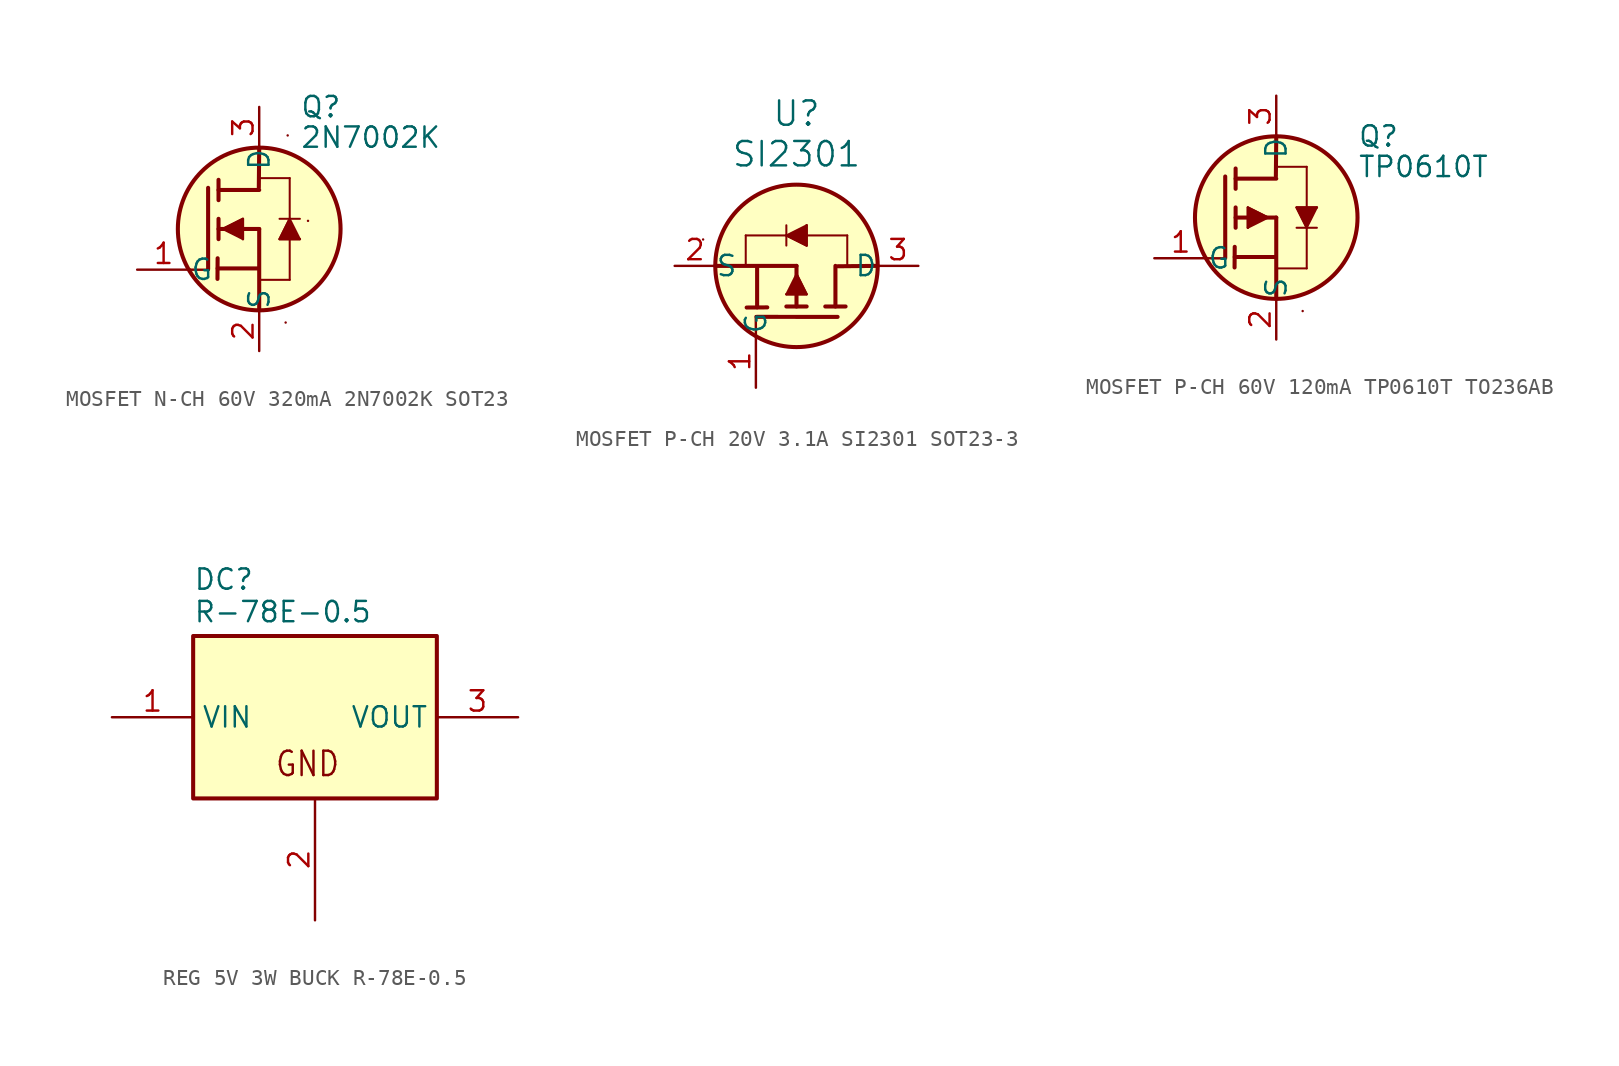
<source format=kicad_sym>
(kicad_symbol_lib
  (version 20241209)
  (generator "kicad_symbol_editor")
  (generator_version "9.0")
  (symbol "MOSFET N-CH 60V 320mA 2N7002K SOT23"
    (pin_names
      (offset 0.002))
    (property "Reference" "Q"
      (at 2.54 7.62 0)
      (effects (font (size 1.27 1.27)) (justify left)))
    (property "Value" "2N7002K"
      (at 2.54 5.715 0)
      (effects (font (size 1.27 1.27)) (justify left)))
    (symbol "MOSFET N-CH 60V 320mA 2N7002K SOT23_0_1"
      (polyline (pts (xy -4.373 -2.541) (xy -3.145 -2.547)) (stroke (width 0) (type default)) (fill (type none)))
      (polyline (pts (xy -3.189 -2.496) (xy -3.19 2.57)) (stroke (width 0.254) (type default)) (fill (type none)))
      (polyline (pts (xy -2.596 -1.828) (xy -2.606 -3.118)) (stroke (width 0.254) (type default)) (fill (type none)))
      (polyline (pts (xy -2.596 -2.463) (xy -0.056 -2.463)) (stroke (width 0.254) (type default)) (fill (type none)))
      (polyline (pts (xy -2.54 2.435) (xy 0 2.435)) (stroke (width 0.254) (type default)) (fill (type none)))
      (polyline (pts (xy -2.54 1.8) (xy -2.54 3.07)) (stroke (width 0.254) (type default)) (fill (type none)))
      (polyline (pts (xy -2.54 0) (xy 0 0)) (stroke (width 0.254) (type default)) (fill (type none)))
      (polyline (pts (xy -2.54 -0.635) (xy -2.54 0.635)) (stroke (width 0.254) (type default)) (fill (type none)))
      (polyline (pts (xy -2.286 0) (xy -1.016 0.635)) (stroke (width 0.127) (type default)) (fill (type none)))
      (polyline (pts (xy -2.286 0) (xy -1.016 -0.635)) (stroke (width 0.127) (type default)) (fill (type none)))
      (polyline (pts (xy -1.016 -0.635) (xy -1.016 0.635)) (stroke (width 0.127) (type default)) (fill (type none)))
      (polyline (pts (xy -1.016 -0.635) (xy -1.016 0.635) (xy -2.286 0)) (stroke (width 0) (type default)) (fill (type outline)))
      (polyline (pts (xy -0.024 2.586) (xy 0 5.08)) (stroke (width 0.254) (type default)) (fill (type none)))
      (polyline (pts (xy 0 3.175) (xy 1.905 3.175)) (stroke (width 0.127) (type default)) (fill (type none)))
      (polyline (pts (xy 0 0) (xy 0 -5.08)) (stroke (width 0.254) (type default)) (fill (type none)))
      (polyline (pts (xy 0 -3.175) (xy 1.905 -3.175)) (stroke (width 0.127) (type default)) (fill (type none)))
      (polyline (pts (xy 1.27 0.635) (xy 2.54 0.635)) (stroke (width 0.127) (type default)) (fill (type none)))
      (polyline (pts (xy 1.27 -0.635) (xy 2.54 -0.635)) (stroke (width 0.127) (type default)) (fill (type outline)))
      (polyline (pts (xy 1.651 -5.842) (xy 1.651 -5.842)) (stroke (width 0) (type default)) (fill (type none)))
      (polyline (pts (xy 1.778 5.842) (xy 1.778 5.842)) (stroke (width 0) (type default)) (fill (type none)))
      (polyline (pts (xy 1.905 0.635) (xy 1.27 -0.635)) (stroke (width 0.127) (type default)) (fill (type outline)))
      (polyline (pts (xy 1.905 0.635) (xy 1.27 -0.635) (xy 2.54 -0.635)) (stroke (width 0) (type default)) (fill (type outline)))
      (polyline (pts (xy 1.905 -3.175) (xy 1.905 3.175)) (stroke (width 0.127) (type default)) (fill (type none)))
      (polyline (pts (xy 2.54 -0.635) (xy 1.905 0.635)) (stroke (width 0.127) (type default)) (fill (type outline)))
      (polyline (pts (xy 3.048 0.508) (xy 3.048 0.508)) (stroke (width 0) (type default)) (fill (type none)))
      (pin passive line (at -7.62 -2.54 0) (length 3.302) (name "G" (effects (font (size 1.27 1.27)))) (number "1" (effects (font (size 1.27 1.27)))))
      (pin power_out line (at 0 7.62 270) (length 2.54) (name "D" (effects (font (size 1.27 1.27)))) (number "3" (effects (font (size 1.27 1.27)))))
      (pin power_in line (at 0 -7.62 90) (length 2.54) (name "S" (effects (font (size 1.27 1.27)))) (number "2" (effects (font (size 1.27 1.27))))))
    (symbol "MOSFET N-CH 60V 320mA 2N7002K SOT23_1_1"
      (circle (center 0 0) (radius 5.08) (stroke (width 0.254) (type solid)) (fill (type background)))))
  (symbol "MOSFET P-CH 20V 3.1A SI2301 SOT23-3"
    (pin_names
      (offset 0.002))
    (property "Reference" "U"
      (at 0 9.525 0)
      (effects (font (size 1.524 1.524))))
    (property "Value" "SI2301"
      (at 0 6.985 0)
      (effects (font (size 1.524 1.524))))
    (symbol "MOSFET P-CH 20V 3.1A SI2301 SOT23-3_0_1"
      (polyline (pts (xy -5.842 1.651) (xy -5.842 1.651)) (stroke (width 0) (type default)) (fill (type none)))
      (polyline (pts (xy -3.175 1.905) (xy 3.175 1.905)) (stroke (width 0.127) (type default)) (fill (type none)))
      (polyline (pts (xy -3.175 0) (xy -3.175 1.905)) (stroke (width 0.127) (type default)) (fill (type none)))
      (polyline (pts (xy -2.541 -4.373) (xy -2.547 -3.145)) (stroke (width 0) (type default)) (fill (type none)))
      (polyline (pts (xy -2.496 -3.189) (xy 2.57 -3.19)) (stroke (width 0.254) (type default)) (fill (type none)))
      (polyline (pts (xy -2.463 -2.596) (xy -2.463 -0.056)) (stroke (width 0.254) (type default)) (fill (type none)))
      (polyline (pts (xy -1.828 -2.596) (xy -3.118 -2.606)) (stroke (width 0.254) (type default)) (fill (type none)))
      (polyline (pts (xy -0.635 1.905) (xy 0.635 1.27)) (stroke (width 0.127) (type default)) (fill (type outline)))
      (polyline (pts (xy -0.635 1.905) (xy 0.635 1.27) (xy 0.635 2.54)) (stroke (width 0) (type default)) (fill (type outline)))
      (polyline (pts (xy -0.635 1.27) (xy -0.635 2.54)) (stroke (width 0.127) (type default)) (fill (type none)))
      (polyline (pts (xy -0.635 -1.778) (xy 0.635 -1.778)) (stroke (width 0.127) (type default)) (fill (type none)))
      (polyline (pts (xy -0.635 -1.778) (xy 0.635 -1.778) (xy 0 -0.508)) (stroke (width 0) (type default)) (fill (type outline)))
      (polyline (pts (xy -0.635 -2.54) (xy 0.635 -2.54)) (stroke (width 0.254) (type default)) (fill (type none)))
      (polyline (pts (xy 0 0) (xy -5.08 0)) (stroke (width 0.254) (type default)) (fill (type none)))
      (polyline (pts (xy 0 -0.508) (xy -0.635 -1.778)) (stroke (width 0.127) (type default)) (fill (type none)))
      (polyline (pts (xy 0 -0.508) (xy 0.635 -1.778)) (stroke (width 0.127) (type default)) (fill (type none)))
      (polyline (pts (xy 0 -2.54) (xy 0 0)) (stroke (width 0.254) (type default)) (fill (type none)))
      (polyline (pts (xy 0.635 2.54) (xy -0.635 1.905)) (stroke (width 0.127) (type default)) (fill (type outline)))
      (polyline (pts (xy 0.635 1.27) (xy 0.635 2.54)) (stroke (width 0.127) (type default)) (fill (type outline)))
      (polyline (pts (xy 1.8 -2.54) (xy 3.07 -2.54)) (stroke (width 0.254) (type default)) (fill (type none)))
      (polyline (pts (xy 2.435 -2.54) (xy 2.435 0)) (stroke (width 0.254) (type default)) (fill (type none)))
      (polyline (pts (xy 2.586 -0.024) (xy 5.08 0)) (stroke (width 0.254) (type default)) (fill (type none)))
      (polyline (pts (xy 3.175 0) (xy 3.175 1.905)) (stroke (width 0.127) (type default)) (fill (type none)))
      (pin power_in line (at -7.62 0 0) (length 2.54) (name "S" (effects (font (size 1.27 1.27)))) (number "2" (effects (font (size 1.27 1.27)))))
      (pin passive line (at -2.54 -7.62 90) (length 3.302) (name "G" (effects (font (size 1.27 1.27)))) (number "1" (effects (font (size 1.27 1.27)))))
      (pin power_out line (at 7.62 0 180) (length 2.54) (name "D" (effects (font (size 1.27 1.27)))) (number "3" (effects (font (size 1.27 1.27))))))
    (symbol "MOSFET P-CH 20V 3.1A SI2301 SOT23-3_1_1"
      (circle (center 0 0) (radius 5.08) (stroke (width 0.254) (type solid)) (fill (type background)))))
  (symbol "MOSFET P-CH 60V 120mA TP0610T TO236AB"
    (pin_names
      (offset 0.002))
    (property "Reference" "Q"
      (at 5.08 5.08 0)
      (effects (font (size 1.27 1.27)) (justify left)))
    (property "Value" "TP0610T"
      (at 5.08 3.175 0)
      (effects (font (size 1.27 1.27)) (justify left)))
    (symbol "MOSFET P-CH 60V 120mA TP0610T TO236AB_0_1"
      (polyline (pts (xy -4.373 -2.541) (xy -3.145 -2.547)) (stroke (width 0) (type default)) (fill (type none)))
      (polyline (pts (xy -3.189 -2.496) (xy -3.19 2.57)) (stroke (width 0.254) (type default)) (fill (type none)))
      (polyline (pts (xy -2.596 -1.828) (xy -2.606 -3.118)) (stroke (width 0.254) (type default)) (fill (type none)))
      (polyline (pts (xy -2.596 -2.463) (xy -0.056 -2.463)) (stroke (width 0.254) (type default)) (fill (type none)))
      (polyline (pts (xy -2.54 2.435) (xy 0 2.435)) (stroke (width 0.254) (type default)) (fill (type none)))
      (polyline (pts (xy -2.54 1.8) (xy -2.54 3.07)) (stroke (width 0.254) (type default)) (fill (type none)))
      (polyline (pts (xy -2.54 0) (xy 0 0)) (stroke (width 0.254) (type default)) (fill (type none)))
      (polyline (pts (xy -2.54 -0.635) (xy -2.54 0.635)) (stroke (width 0.254) (type default)) (fill (type none)))
      (polyline (pts (xy -1.778 -0.635) (xy -1.778 0.635)) (stroke (width 0.127) (type default)) (fill (type none)))
      (polyline (pts (xy -1.778 -0.635) (xy -1.778 0.635) (xy -0.508 0)) (stroke (width 0) (type default)) (fill (type outline)))
      (polyline (pts (xy -0.508 0) (xy -1.778 0.635)) (stroke (width 0.127) (type default)) (fill (type none)))
      (polyline (pts (xy -0.508 0) (xy -1.778 -0.635)) (stroke (width 0.127) (type default)) (fill (type none)))
      (polyline (pts (xy -0.024 2.586) (xy 0 5.08)) (stroke (width 0.254) (type default)) (fill (type none)))
      (polyline (pts (xy 0 3.175) (xy 1.905 3.175)) (stroke (width 0.127) (type default)) (fill (type none)))
      (polyline (pts (xy 0 0) (xy 0 -5.08)) (stroke (width 0.254) (type default)) (fill (type none)))
      (polyline (pts (xy 0 -3.175) (xy 1.905 -3.175)) (stroke (width 0.127) (type default)) (fill (type none)))
      (polyline (pts (xy 1.27 0.635) (xy 2.54 0.635)) (stroke (width 0.127) (type default)) (fill (type outline)))
      (polyline (pts (xy 1.27 -0.635) (xy 2.54 -0.635)) (stroke (width 0.127) (type default)) (fill (type none)))
      (polyline (pts (xy 1.651 -5.842) (xy 1.651 -5.842)) (stroke (width 0) (type default)) (fill (type none)))
      (polyline (pts (xy 1.905 -0.635) (xy 1.27 0.635)) (stroke (width 0.127) (type default)) (fill (type outline)))
      (polyline (pts (xy 1.905 -0.635) (xy 1.27 0.635) (xy 2.54 0.635)) (stroke (width 0) (type default)) (fill (type outline)))
      (polyline (pts (xy 1.905 -3.175) (xy 1.905 3.175)) (stroke (width 0.127) (type default)) (fill (type none)))
      (polyline (pts (xy 2.54 0.635) (xy 1.905 -0.635)) (stroke (width 0.127) (type default)) (fill (type outline)))
      (pin passive line (at -7.62 -2.54 0) (length 3.302) (name "G" (effects (font (size 1.27 1.27)))) (number "1" (effects (font (size 1.27 1.27)))))
      (pin power_out line (at 0 7.62 270) (length 2.54) (name "D" (effects (font (size 1.27 1.27)))) (number "3" (effects (font (size 1.27 1.27)))))
      (pin power_in line (at 0 -7.62 90) (length 2.54) (name "S" (effects (font (size 1.27 1.27)))) (number "2" (effects (font (size 1.27 1.27))))))
    (symbol "MOSFET P-CH 60V 120mA TP0610T TO236AB_1_1"
      (circle (center 0 0) (radius 5.08) (stroke (width 0.254) (type solid)) (fill (type background)))))
  (symbol "REG 5V 3W BUCK R-78E-0.5"
    (property "Reference" "DC"
      (at 0 2.794 0)
      (effects (font (size 1.27 1.27)) (justify left bottom)))
    (property "Value" "R-78E-0.5"
      (at 0 0.762 0)
      (effects (font (size 1.27 1.27)) (justify left bottom)))
    (symbol "REG 5V 3W BUCK R-78E-0.5_0_1"
      (rectangle (start 0 0) (end 15.24 -10.16) (stroke (width 0.254) (type default)) (fill (type background))))
    (symbol "REG 5V 3W BUCK R-78E-0.5_1_0"
      (text "GND" (at 5.08 -8.89 0) (effects (font (size 1.524 1.295)) (justify left bottom)))
      (pin power_in line (at -5.08 -5.08 0) (length 5.08) (name "VIN" (effects (font (size 1.27 1.27)))) (number "1" (effects (font (size 1.27 1.27)))))
      (pin power_in line (at 7.62 -17.78 90) (length 7.62) (name "GND" (effects (font (size 0 0)))) (number "2" (effects (font (size 1.27 1.27)))))
      (pin power_out line (at 20.32 -5.08 180) (length 5.08) (name "VOUT" (effects (font (size 1.27 1.27)))) (number "3" (effects (font (size 1.27 1.27))))))))
</source>
